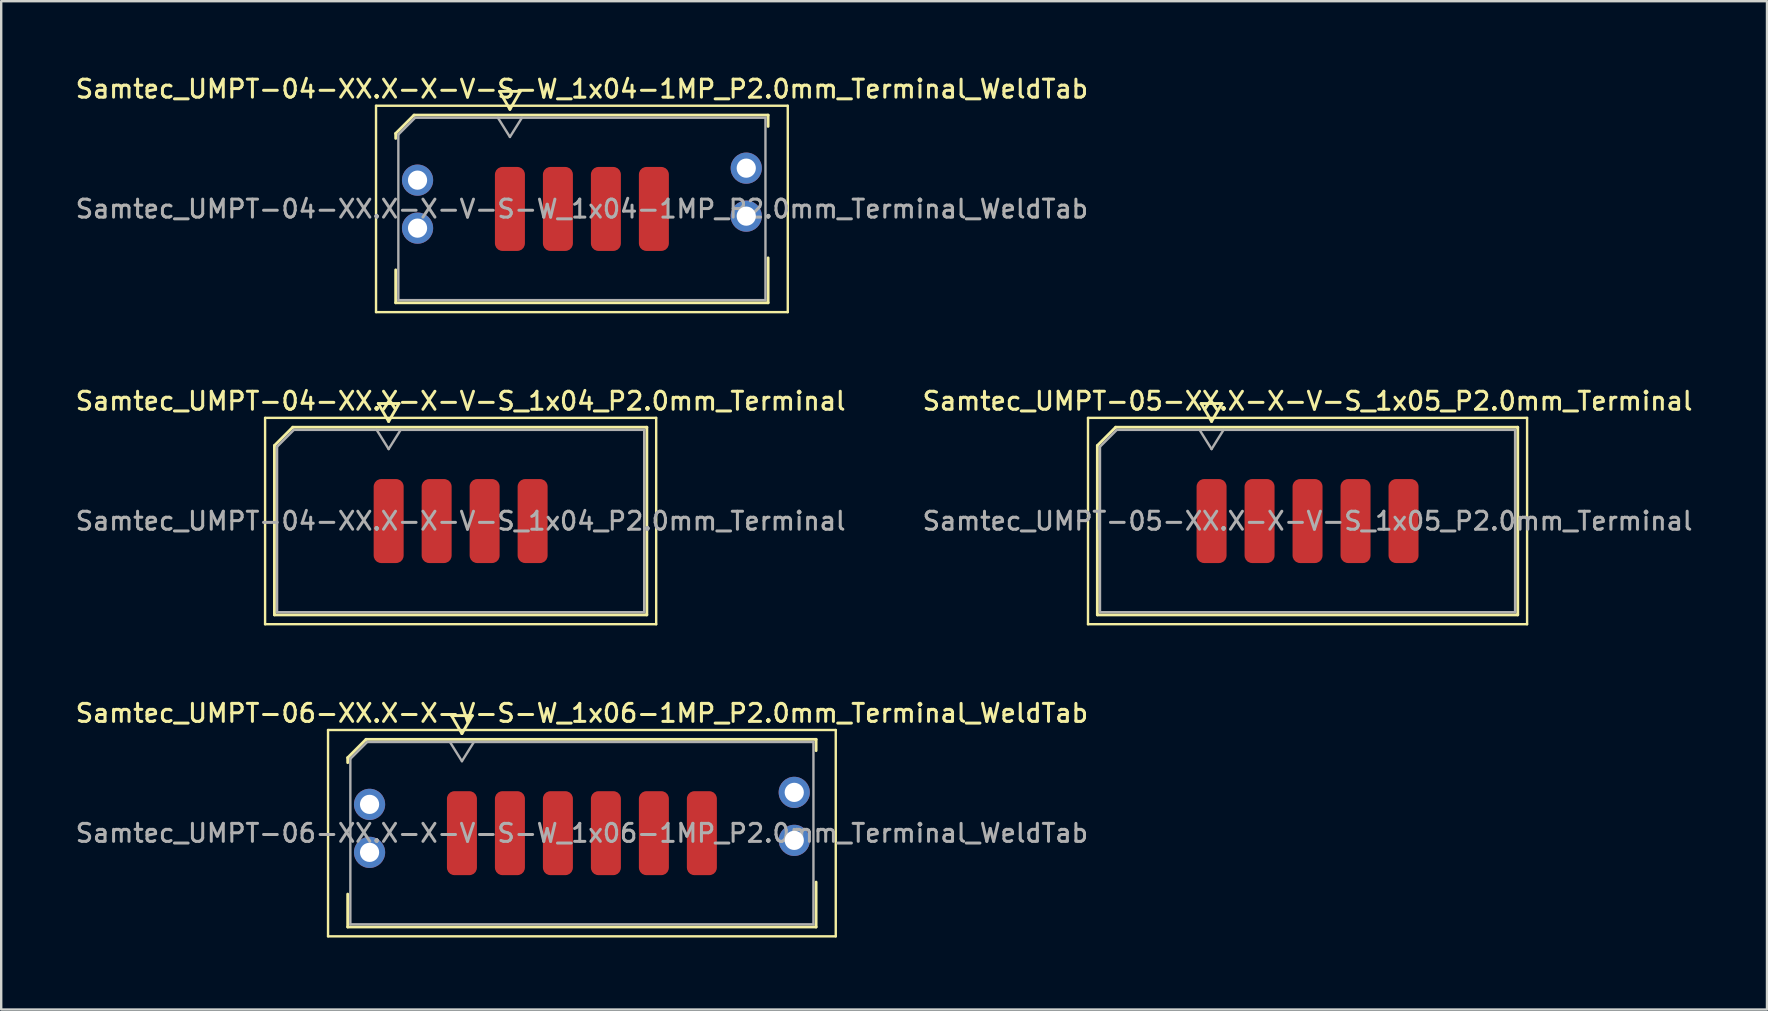
<source format=kicad_pcb>
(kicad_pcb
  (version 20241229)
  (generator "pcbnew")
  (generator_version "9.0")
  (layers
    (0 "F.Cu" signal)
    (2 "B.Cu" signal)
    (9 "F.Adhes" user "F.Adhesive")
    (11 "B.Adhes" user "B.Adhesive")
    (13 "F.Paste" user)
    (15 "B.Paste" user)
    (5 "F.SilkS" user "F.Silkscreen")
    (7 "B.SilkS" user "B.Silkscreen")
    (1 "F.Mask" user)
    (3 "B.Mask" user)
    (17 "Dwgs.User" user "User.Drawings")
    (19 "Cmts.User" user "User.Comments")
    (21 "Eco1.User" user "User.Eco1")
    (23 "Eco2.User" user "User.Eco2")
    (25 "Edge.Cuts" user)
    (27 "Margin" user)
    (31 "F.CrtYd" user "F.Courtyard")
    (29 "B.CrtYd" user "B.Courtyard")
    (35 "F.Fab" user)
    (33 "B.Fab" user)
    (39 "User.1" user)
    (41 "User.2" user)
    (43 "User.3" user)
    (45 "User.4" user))
  (footprint "Samtec_UMPT-06-XX.X-X-V-S-W_1x06-1MP_P2.0mm_Terminal_WeldTab"
    (layer "F.Cu")
    (at 21.202 31.674)
    (property "Reference" "Samtec_UMPT-06-XX.X-X-V-S-W_1x06-1MP_P2.0mm_Terminal_WeldTab" (at 0 -5 0) (layer "F.SilkS") (effects (font (size 0.75 0.75) (thickness 0.125))))
    (attr smd)
    (fp_line (start -10.58 -4.3) (end -10.58 4.3) (stroke (width 0.1) (type solid)) (layer "F.SilkS"))
    (fp_line (start -10.58 4.3) (end 10.58 4.3) (stroke (width 0.1) (type solid)) (layer "F.SilkS"))
    (fp_line (start -9.76 -3.146) (end -8.996 -3.91) (stroke (width 0.12) (type solid)) (layer "F.SilkS"))
    (fp_line (start -9.76 -2.94) (end -9.76 -3.146) (stroke (width 0.12) (type solid)) (layer "F.SilkS"))
    (fp_line (start -9.76 3.91) (end -9.76 2.54) (stroke (width 0.12) (type solid)) (layer "F.SilkS"))
    (fp_line (start -8.996 -3.91) (end 9.76 -3.91) (stroke (width 0.12) (type solid)) (layer "F.SilkS"))
    (fp_line (start -5.433 -4.9) (end -5 -4.15) (stroke (width 0.12) (type solid)) (layer "F.SilkS"))
    (fp_line (start -5 -4.15) (end -4.567 -4.9) (stroke (width 0.12) (type solid)) (layer "F.SilkS"))
    (fp_line (start -4.567 -4.9) (end -5.433 -4.9) (stroke (width 0.12) (type solid)) (layer "F.SilkS"))
    (fp_line (start 9.76 -3.91) (end 9.76 -3.44) (stroke (width 0.12) (type solid)) (layer "F.SilkS"))
    (fp_line (start 9.76 2.04) (end 9.76 3.91) (stroke (width 0.12) (type solid)) (layer "F.SilkS"))
    (fp_line (start 9.76 3.91) (end -9.76 3.91) (stroke (width 0.12) (type solid)) (layer "F.SilkS"))
    (fp_line (start 10.58 -4.3) (end -10.58 -4.3) (stroke (width 0.1) (type solid)) (layer "F.SilkS"))
    (fp_line (start 10.58 4.3) (end 10.58 -4.3) (stroke (width 0.1) (type solid)) (layer "F.SilkS"))
    (fp_line (start -9.65 -3.1) (end -8.95 -3.8) (stroke (width 0.1) (type solid)) (layer "F.Fab"))
    (fp_line (start -9.65 3.8) (end -9.65 -3.1) (stroke (width 0.1) (type solid)) (layer "F.Fab"))
    (fp_line (start -8.95 -3.8) (end 9.65 -3.8) (stroke (width 0.1) (type solid)) (layer "F.Fab"))
    (fp_line (start -5.5 -3.8) (end -5 -3) (stroke (width 0.1) (type solid)) (layer "F.Fab"))
    (fp_line (start -5 -3) (end -4.5 -3.8) (stroke (width 0.1) (type solid)) (layer "F.Fab"))
    (fp_line (start 9.65 -3.8) (end 9.65 3.8) (stroke (width 0.1) (type solid)) (layer "F.Fab"))
    (fp_line (start 9.65 3.8) (end -9.65 3.8) (stroke (width 0.1) (type solid)) (layer "F.Fab"))
    (fp_text user "${REFERENCE}" (at 0 0 0) (layer "F.Fab") (effects (font (size 0.75 0.75) (thickness 0.125))))
    (pad "" smd rect (at -8.85 -1.54) (size 2.45 2.28) (layers "F.Paste"))
    (pad "" smd rect (at -8.85 1.14) (size 2.45 2.28) (layers "F.Paste"))
    (pad "" smd rect (at 8.85 -2.04) (size 2.45 2.28) (layers "F.Paste"))
    (pad "" smd rect (at 8.85 0.64) (size 2.45 2.28) (layers "F.Paste"))
    (pad "1" smd roundrect (at -5 0) (size 1.25 3.5) (layers "F.Cu" "F.Mask" "F.Paste") (roundrect_rratio 0.25))
    (pad "2" smd roundrect (at -3 0) (size 1.25 3.5) (layers "F.Cu" "F.Mask" "F.Paste") (roundrect_rratio 0.25))
    (pad "3" smd roundrect (at -1 0) (size 1.25 3.5) (layers "F.Cu" "F.Mask" "F.Paste") (roundrect_rratio 0.25))
    (pad "4" smd roundrect (at 1 0) (size 1.25 3.5) (layers "F.Cu" "F.Mask" "F.Paste") (roundrect_rratio 0.25))
    (pad "5" smd roundrect (at 3 0) (size 1.25 3.5) (layers "F.Cu" "F.Mask" "F.Paste") (roundrect_rratio 0.25))
    (pad "6" smd roundrect (at 5 0) (size 1.25 3.5) (layers "F.Cu" "F.Mask" "F.Paste") (roundrect_rratio 0.25))
    (pad "MP" thru_hole circle (at -8.85 -1.2) (size 1.3 1.3) (drill 0.8) (layers "*.Cu" "*.Mask"))
    (pad "MP" thru_hole circle (at -8.85 0.8) (size 1.3 1.3) (drill 0.8) (layers "*.Cu" "*.Mask"))
    (pad "MP" thru_hole circle (at 8.85 -1.7) (size 1.3 1.3) (drill 0.8) (layers "*.Cu" "*.Mask"))
    (pad "MP" thru_hole circle (at 8.85 0.3) (size 1.3 1.3) (drill 0.8) (layers "*.Cu" "*.Mask")))
  (footprint "Samtec_UMPT-05-XX.X-X-V-S_1x05_P2.0mm_Terminal"
    (layer "F.Cu")
    (at 51.445 18.666)
    (property "Reference" "Samtec_UMPT-05-XX.X-X-V-S_1x05_P2.0mm_Terminal" (at 0 -5 0) (layer "F.SilkS") (effects (font (size 0.75 0.75) (thickness 0.125))))
    (attr smd)
    (fp_line (start -9.15 -4.3) (end -9.15 4.3) (stroke (width 0.1) (type solid)) (layer "F.SilkS"))
    (fp_line (start -9.15 4.3) (end 9.15 4.3) (stroke (width 0.1) (type solid)) (layer "F.SilkS"))
    (fp_line (start -8.76 -3.146) (end -7.996 -3.91) (stroke (width 0.12) (type solid)) (layer "F.SilkS"))
    (fp_line (start -8.76 3.91) (end -8.76 -3.146) (stroke (width 0.12) (type solid)) (layer "F.SilkS"))
    (fp_line (start -7.996 -3.91) (end 8.76 -3.91) (stroke (width 0.12) (type solid)) (layer "F.SilkS"))
    (fp_line (start -4.433 -4.9) (end -4 -4.15) (stroke (width 0.12) (type solid)) (layer "F.SilkS"))
    (fp_line (start -4 -4.15) (end -3.567 -4.9) (stroke (width 0.12) (type solid)) (layer "F.SilkS"))
    (fp_line (start -3.567 -4.9) (end -4.433 -4.9) (stroke (width 0.12) (type solid)) (layer "F.SilkS"))
    (fp_line (start 8.76 -3.91) (end 8.76 3.91) (stroke (width 0.12) (type solid)) (layer "F.SilkS"))
    (fp_line (start 8.76 3.91) (end -8.76 3.91) (stroke (width 0.12) (type solid)) (layer "F.SilkS"))
    (fp_line (start 9.15 -4.3) (end -9.15 -4.3) (stroke (width 0.1) (type solid)) (layer "F.SilkS"))
    (fp_line (start 9.15 4.3) (end 9.15 -4.3) (stroke (width 0.1) (type solid)) (layer "F.SilkS"))
    (fp_line (start -8.65 -3.1) (end -7.95 -3.8) (stroke (width 0.1) (type solid)) (layer "F.Fab"))
    (fp_line (start -8.65 3.8) (end -8.65 -3.1) (stroke (width 0.1) (type solid)) (layer "F.Fab"))
    (fp_line (start -7.95 -3.8) (end 8.65 -3.8) (stroke (width 0.1) (type solid)) (layer "F.Fab"))
    (fp_line (start -4.5 -3.8) (end -4 -3) (stroke (width 0.1) (type solid)) (layer "F.Fab"))
    (fp_line (start -4 -3) (end -3.5 -3.8) (stroke (width 0.1) (type solid)) (layer "F.Fab"))
    (fp_line (start 8.65 -3.8) (end 8.65 3.8) (stroke (width 0.1) (type solid)) (layer "F.Fab"))
    (fp_line (start 8.65 3.8) (end -8.65 3.8) (stroke (width 0.1) (type solid)) (layer "F.Fab"))
    (fp_text user "${REFERENCE}" (at 0 0 0) (layer "F.Fab") (effects (font (size 0.75 0.75) (thickness 0.125))))
    (pad "1" smd roundrect (at -4 0) (size 1.25 3.5) (layers "F.Cu" "F.Mask" "F.Paste") (roundrect_rratio 0.25))
    (pad "2" smd roundrect (at -2 0) (size 1.25 3.5) (layers "F.Cu" "F.Mask" "F.Paste") (roundrect_rratio 0.25))
    (pad "3" smd roundrect (at 0 0) (size 1.25 3.5) (layers "F.Cu" "F.Mask" "F.Paste") (roundrect_rratio 0.25))
    (pad "4" smd roundrect (at 2 0) (size 1.25 3.5) (layers "F.Cu" "F.Mask" "F.Paste") (roundrect_rratio 0.25))
    (pad "5" smd roundrect (at 4 0) (size 1.25 3.5) (layers "F.Cu" "F.Mask" "F.Paste") (roundrect_rratio 0.25)))
  (footprint "Samtec_UMPT-04-XX.X-X-V-S-W_1x04-1MP_P2.0mm_Terminal_WeldTab"
    (layer "F.Cu")
    (at 21.202 5.658)
    (property "Reference" "Samtec_UMPT-04-XX.X-X-V-S-W_1x04-1MP_P2.0mm_Terminal_WeldTab" (at 0 -5 0) (layer "F.SilkS") (effects (font (size 0.75 0.75) (thickness 0.125))))
    (attr smd)
    (fp_line (start -8.58 -4.3) (end -8.58 4.3) (stroke (width 0.1) (type solid)) (layer "F.SilkS"))
    (fp_line (start -8.58 4.3) (end 8.58 4.3) (stroke (width 0.1) (type solid)) (layer "F.SilkS"))
    (fp_line (start -7.76 -3.146) (end -6.996 -3.91) (stroke (width 0.12) (type solid)) (layer "F.SilkS"))
    (fp_line (start -7.76 -2.94) (end -7.76 -3.146) (stroke (width 0.12) (type solid)) (layer "F.SilkS"))
    (fp_line (start -7.76 3.91) (end -7.76 2.54) (stroke (width 0.12) (type solid)) (layer "F.SilkS"))
    (fp_line (start -6.996 -3.91) (end 7.76 -3.91) (stroke (width 0.12) (type solid)) (layer "F.SilkS"))
    (fp_line (start -3.433 -4.9) (end -3 -4.15) (stroke (width 0.12) (type solid)) (layer "F.SilkS"))
    (fp_line (start -3 -4.15) (end -2.567 -4.9) (stroke (width 0.12) (type solid)) (layer "F.SilkS"))
    (fp_line (start -2.567 -4.9) (end -3.433 -4.9) (stroke (width 0.12) (type solid)) (layer "F.SilkS"))
    (fp_line (start 7.76 -3.91) (end 7.76 -3.44) (stroke (width 0.12) (type solid)) (layer "F.SilkS"))
    (fp_line (start 7.76 2.04) (end 7.76 3.91) (stroke (width 0.12) (type solid)) (layer "F.SilkS"))
    (fp_line (start 7.76 3.91) (end -7.76 3.91) (stroke (width 0.12) (type solid)) (layer "F.SilkS"))
    (fp_line (start 8.58 -4.3) (end -8.58 -4.3) (stroke (width 0.1) (type solid)) (layer "F.SilkS"))
    (fp_line (start 8.58 4.3) (end 8.58 -4.3) (stroke (width 0.1) (type solid)) (layer "F.SilkS"))
    (fp_line (start -7.65 -3.1) (end -6.95 -3.8) (stroke (width 0.1) (type solid)) (layer "F.Fab"))
    (fp_line (start -7.65 3.8) (end -7.65 -3.1) (stroke (width 0.1) (type solid)) (layer "F.Fab"))
    (fp_line (start -6.95 -3.8) (end 7.65 -3.8) (stroke (width 0.1) (type solid)) (layer "F.Fab"))
    (fp_line (start -3.5 -3.8) (end -3 -3) (stroke (width 0.1) (type solid)) (layer "F.Fab"))
    (fp_line (start -3 -3) (end -2.5 -3.8) (stroke (width 0.1) (type solid)) (layer "F.Fab"))
    (fp_line (start 7.65 -3.8) (end 7.65 3.8) (stroke (width 0.1) (type solid)) (layer "F.Fab"))
    (fp_line (start 7.65 3.8) (end -7.65 3.8) (stroke (width 0.1) (type solid)) (layer "F.Fab"))
    (fp_text user "${REFERENCE}" (at 0 0 0) (layer "F.Fab") (effects (font (size 0.75 0.75) (thickness 0.125))))
    (pad "" smd rect (at -6.85 -1.54) (size 2.45 2.28) (layers "F.Paste"))
    (pad "" smd rect (at -6.85 1.14) (size 2.45 2.28) (layers "F.Paste"))
    (pad "" smd rect (at 6.85 -2.04) (size 2.45 2.28) (layers "F.Paste"))
    (pad "" smd rect (at 6.85 0.64) (size 2.45 2.28) (layers "F.Paste"))
    (pad "1" smd roundrect (at -3 0) (size 1.25 3.5) (layers "F.Cu" "F.Mask" "F.Paste") (roundrect_rratio 0.25))
    (pad "2" smd roundrect (at -1 0) (size 1.25 3.5) (layers "F.Cu" "F.Mask" "F.Paste") (roundrect_rratio 0.25))
    (pad "3" smd roundrect (at 1 0) (size 1.25 3.5) (layers "F.Cu" "F.Mask" "F.Paste") (roundrect_rratio 0.25))
    (pad "4" smd roundrect (at 3 0) (size 1.25 3.5) (layers "F.Cu" "F.Mask" "F.Paste") (roundrect_rratio 0.25))
    (pad "MP" thru_hole circle (at -6.85 -1.2) (size 1.3 1.3) (drill 0.8) (layers "*.Cu" "*.Mask"))
    (pad "MP" thru_hole circle (at -6.85 0.8) (size 1.3 1.3) (drill 0.8) (layers "*.Cu" "*.Mask"))
    (pad "MP" thru_hole circle (at 6.85 -1.7) (size 1.3 1.3) (drill 0.8) (layers "*.Cu" "*.Mask"))
    (pad "MP" thru_hole circle (at 6.85 0.3) (size 1.3 1.3) (drill 0.8) (layers "*.Cu" "*.Mask")))
  (footprint "Samtec_UMPT-04-XX.X-X-V-S_1x04_P2.0mm_Terminal"
    (layer "F.Cu")
    (at 16.148 18.666)
    (property "Reference" "Samtec_UMPT-04-XX.X-X-V-S_1x04_P2.0mm_Terminal" (at 0 -5 0) (layer "F.SilkS") (effects (font (size 0.75 0.75) (thickness 0.125))))
    (attr smd)
    (fp_line (start -8.15 -4.3) (end -8.15 4.3) (stroke (width 0.1) (type solid)) (layer "F.SilkS"))
    (fp_line (start -8.15 4.3) (end 8.15 4.3) (stroke (width 0.1) (type solid)) (layer "F.SilkS"))
    (fp_line (start -7.76 -3.146) (end -6.996 -3.91) (stroke (width 0.12) (type solid)) (layer "F.SilkS"))
    (fp_line (start -7.76 3.91) (end -7.76 -3.146) (stroke (width 0.12) (type solid)) (layer "F.SilkS"))
    (fp_line (start -6.996 -3.91) (end 7.76 -3.91) (stroke (width 0.12) (type solid)) (layer "F.SilkS"))
    (fp_line (start -3.433 -4.9) (end -3 -4.15) (stroke (width 0.12) (type solid)) (layer "F.SilkS"))
    (fp_line (start -3 -4.15) (end -2.567 -4.9) (stroke (width 0.12) (type solid)) (layer "F.SilkS"))
    (fp_line (start -2.567 -4.9) (end -3.433 -4.9) (stroke (width 0.12) (type solid)) (layer "F.SilkS"))
    (fp_line (start 7.76 -3.91) (end 7.76 3.91) (stroke (width 0.12) (type solid)) (layer "F.SilkS"))
    (fp_line (start 7.76 3.91) (end -7.76 3.91) (stroke (width 0.12) (type solid)) (layer "F.SilkS"))
    (fp_line (start 8.15 -4.3) (end -8.15 -4.3) (stroke (width 0.1) (type solid)) (layer "F.SilkS"))
    (fp_line (start 8.15 4.3) (end 8.15 -4.3) (stroke (width 0.1) (type solid)) (layer "F.SilkS"))
    (fp_line (start -7.65 -3.1) (end -6.95 -3.8) (stroke (width 0.1) (type solid)) (layer "F.Fab"))
    (fp_line (start -7.65 3.8) (end -7.65 -3.1) (stroke (width 0.1) (type solid)) (layer "F.Fab"))
    (fp_line (start -6.95 -3.8) (end 7.65 -3.8) (stroke (width 0.1) (type solid)) (layer "F.Fab"))
    (fp_line (start -3.5 -3.8) (end -3 -3) (stroke (width 0.1) (type solid)) (layer "F.Fab"))
    (fp_line (start -3 -3) (end -2.5 -3.8) (stroke (width 0.1) (type solid)) (layer "F.Fab"))
    (fp_line (start 7.65 -3.8) (end 7.65 3.8) (stroke (width 0.1) (type solid)) (layer "F.Fab"))
    (fp_line (start 7.65 3.8) (end -7.65 3.8) (stroke (width 0.1) (type solid)) (layer "F.Fab"))
    (fp_text user "${REFERENCE}" (at 0 0 0) (layer "F.Fab") (effects (font (size 0.75 0.75) (thickness 0.125))))
    (pad "1" smd roundrect (at -3 0) (size 1.25 3.5) (layers "F.Cu" "F.Mask" "F.Paste") (roundrect_rratio 0.25))
    (pad "2" smd roundrect (at -1 0) (size 1.25 3.5) (layers "F.Cu" "F.Mask" "F.Paste") (roundrect_rratio 0.25))
    (pad "3" smd roundrect (at 1 0) (size 1.25 3.5) (layers "F.Cu" "F.Mask" "F.Paste") (roundrect_rratio 0.25))
    (pad "4" smd roundrect (at 3 0) (size 1.25 3.5) (layers "F.Cu" "F.Mask" "F.Paste") (roundrect_rratio 0.25)))
  (gr_rect
    (start -3 -3)
    (end 70.593 39.024)
    (stroke (width 0.1) (type default))
    (fill no)
    (layer "Edge.Cuts")))
</source>
